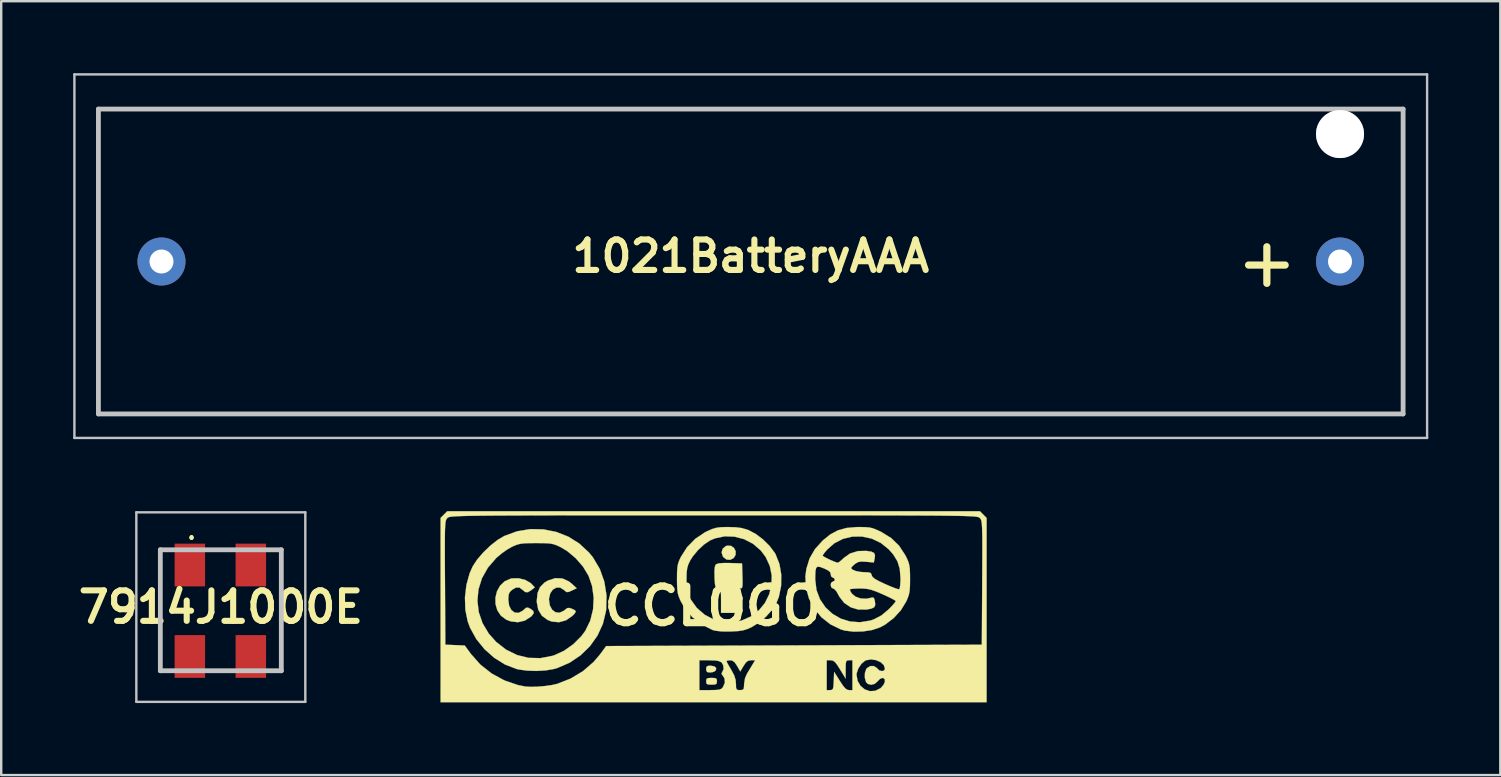
<source format=kicad_pcb>
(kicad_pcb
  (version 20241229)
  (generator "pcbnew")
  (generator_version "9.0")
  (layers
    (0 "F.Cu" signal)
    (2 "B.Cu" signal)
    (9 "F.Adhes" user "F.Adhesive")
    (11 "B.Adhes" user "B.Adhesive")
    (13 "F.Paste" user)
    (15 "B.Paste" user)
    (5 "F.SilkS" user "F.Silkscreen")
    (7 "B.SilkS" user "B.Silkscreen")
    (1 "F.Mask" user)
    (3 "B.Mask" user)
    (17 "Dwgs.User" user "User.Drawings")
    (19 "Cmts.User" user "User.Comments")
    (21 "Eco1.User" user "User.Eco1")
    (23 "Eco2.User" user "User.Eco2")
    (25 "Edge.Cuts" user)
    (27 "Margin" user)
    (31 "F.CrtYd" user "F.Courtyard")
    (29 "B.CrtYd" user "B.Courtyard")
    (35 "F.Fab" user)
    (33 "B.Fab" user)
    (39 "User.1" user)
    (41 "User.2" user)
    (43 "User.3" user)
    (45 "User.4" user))
  (footprint "CCLOGO"
    (layer "F.Cu")
    (at 26.651 22.201)
    (property "Reference" "CCLOGO" (at 0 0 0) (layer "F.SilkS") (effects (font (size 1.524 1.524) (thickness 0.3))))
    (attr through_hole)
    (fp_poly (pts (xy 0.061 2.511) (xy 0.137 2.581) (xy 0.121 2.674) (xy 0.097 2.702) (xy -0.003 2.75) (xy -0.124 2.766) (xy -0.24 2.748) (xy -0.28 2.674) (xy -0.282 2.625) (xy -0.267 2.528) (xy -0.198 2.489) (xy -0.091 2.484) (xy 0.061 2.511)) (stroke (width 0.01) (type solid)) (fill yes) (layer "F.SilkS"))
    (fp_poly (pts (xy 0.754 -2.51) (xy 0.878 -2.424) (xy 0.948 -2.288) (xy 0.946 -2.135) (xy 0.871 -2.008) (xy 0.721 -1.926) (xy 0.56 -1.942) (xy 0.425 -2.051) (xy 0.417 -2.063) (xy 0.362 -2.232) (xy 0.405 -2.387) (xy 0.534 -2.497) (xy 0.593 -2.517) (xy 0.754 -2.51)) (stroke (width 0.01) (type solid)) (fill yes) (layer "F.SilkS"))
    (fp_poly (pts (xy 0.089 2.999) (xy 0.154 3.036) (xy 0.169 3.12) (xy 0.169 3.133) (xy 0.157 3.224) (xy 0.099 3.264) (xy -0.037 3.274) (xy -0.056 3.274) (xy -0.202 3.266) (xy -0.267 3.23) (xy -0.282 3.145) (xy -0.282 3.133) (xy -0.27 3.042) (xy -0.212 3.001) (xy -0.076 2.992) (xy -0.056 2.992) (xy 0.089 2.999)) (stroke (width 0.01) (type solid)) (fill yes) (layer "F.SilkS"))
    (fp_poly (pts (xy 0.714 -1.794) (xy 1.214 -1.778) (xy 1.23 -1.256) (xy 1.236 -1.011) (xy 1.233 -0.858) (xy 1.217 -0.775) (xy 1.183 -0.74) (xy 1.131 -0.734) (xy 1.076 -0.726) (xy 1.042 -0.687) (xy 1.024 -0.597) (xy 1.017 -0.433) (xy 1.016 -0.226) (xy 1.016 0.282) (xy 0.339 0.282) (xy 0.339 -0.222) (xy 0.337 -0.462) (xy 0.328 -0.612) (xy 0.307 -0.694) (xy 0.268 -0.731) (xy 0.212 -0.744) (xy 0.148 -0.761) (xy 0.109 -0.807) (xy 0.087 -0.905) (xy 0.074 -1.078) (xy 0.068 -1.219) (xy 0.065 -1.471) (xy 0.08 -1.632) (xy 0.114 -1.722) (xy 0.133 -1.743) (xy 0.244 -1.78) (xy 0.461 -1.797) (xy 0.714 -1.794)) (stroke (width 0.01) (type solid)) (fill yes) (layer "F.SilkS"))
    (fp_poly (pts (xy -6.273 -1.152) (xy -6.001 -1.028) (xy -5.88 -0.932) (xy -5.675 -0.744) (xy -5.878 -0.647) (xy -6.013 -0.589) (xy -6.094 -0.584) (xy -6.168 -0.637) (xy -6.202 -0.67) (xy -6.362 -0.769) (xy -6.524 -0.77) (xy -6.669 -0.686) (xy -6.777 -0.53) (xy -6.828 -0.314) (xy -6.83 -0.264) (xy -6.793 -0.023) (xy -6.695 0.155) (xy -6.554 0.258) (xy -6.387 0.276) (xy -6.213 0.196) (xy -6.172 0.162) (xy -6.069 0.083) (xy -5.972 0.077) (xy -5.872 0.112) (xy -5.747 0.173) (xy -5.713 0.234) (xy -5.768 0.321) (xy -5.856 0.409) (xy -6.121 0.592) (xy -6.412 0.672) (xy -6.712 0.645) (xy -6.885 0.578) (xy -7.125 0.401) (xy -7.276 0.154) (xy -7.336 -0.16) (xy -7.338 -0.22) (xy -7.305 -0.545) (xy -7.201 -0.792) (xy -7.017 -0.978) (xy -6.871 -1.065) (xy -6.565 -1.164) (xy -6.273 -1.152)) (stroke (width 0.01) (type solid)) (fill yes) (layer "F.SilkS"))
    (fp_poly (pts (xy -7.821 -1.091) (xy -7.599 -0.963) (xy -7.551 -0.918) (xy -7.422 -0.781) (xy -7.556 -0.673) (xy -7.701 -0.581) (xy -7.817 -0.584) (xy -7.93 -0.677) (xy -8.067 -0.775) (xy -8.216 -0.768) (xy -8.374 -0.673) (xy -8.465 -0.584) (xy -8.509 -0.476) (xy -8.523 -0.306) (xy -8.523 -0.261) (xy -8.489 -0.013) (xy -8.395 0.167) (xy -8.26 0.269) (xy -8.099 0.282) (xy -7.928 0.196) (xy -7.883 0.155) (xy -7.785 0.071) (xy -7.703 0.064) (xy -7.603 0.112) (xy -7.482 0.203) (xy -7.464 0.295) (xy -7.55 0.411) (xy -7.578 0.438) (xy -7.834 0.605) (xy -8.125 0.672) (xy -8.433 0.634) (xy -8.61 0.565) (xy -8.834 0.398) (xy -8.982 0.175) (xy -9.056 -0.083) (xy -9.06 -0.354) (xy -8.995 -0.618) (xy -8.865 -0.852) (xy -8.673 -1.034) (xy -8.423 -1.144) (xy -8.372 -1.154) (xy -8.093 -1.159) (xy -7.821 -1.091)) (stroke (width 0.01) (type solid)) (fill yes) (layer "F.SilkS"))
    (fp_poly (pts (xy -7.062 -3.197) (xy -6.529 -3.091) (xy -6.024 -2.893) (xy -5.563 -2.604) (xy -5.16 -2.229) (xy -4.996 -2.026) (xy -4.712 -1.547) (xy -4.523 -1.017) (xy -4.433 -0.452) (xy -4.446 0.132) (xy -4.456 0.212) (xy -4.583 0.738) (xy -4.809 1.229) (xy -5.122 1.67) (xy -5.512 2.05) (xy -5.966 2.357) (xy -6.473 2.576) (xy -6.635 2.623) (xy -6.968 2.68) (xy -7.357 2.702) (xy -7.751 2.688) (xy -8.1 2.639) (xy -8.179 2.62) (xy -8.66 2.435) (xy -9.111 2.154) (xy -9.515 1.796) (xy -9.856 1.375) (xy -10.114 0.91) (xy -10.217 0.633) (xy -10.314 0.155) (xy -10.326 -0.223) (xy -9.811 -0.223) (xy -9.755 0.252) (xy -9.597 0.712) (xy -9.338 1.146) (xy -9.034 1.489) (xy -8.616 1.815) (xy -8.161 2.039) (xy -7.678 2.157) (xy -7.179 2.168) (xy -6.673 2.069) (xy -6.608 2.048) (xy -6.198 1.859) (xy -5.81 1.583) (xy -5.476 1.248) (xy -5.314 1.027) (xy -5.109 0.605) (xy -4.993 0.136) (xy -4.967 -0.352) (xy -5.033 -0.834) (xy -5.18 -1.26) (xy -5.408 -1.64) (xy -5.715 -1.994) (xy -6.069 -2.292) (xy -6.35 -2.459) (xy -6.503 -2.53) (xy -6.635 -2.577) (xy -6.776 -2.606) (xy -6.956 -2.62) (xy -7.205 -2.624) (xy -7.366 -2.625) (xy -7.664 -2.623) (xy -7.878 -2.613) (xy -8.039 -2.592) (xy -8.176 -2.554) (xy -8.319 -2.495) (xy -8.37 -2.472) (xy -8.578 -2.353) (xy -8.812 -2.186) (xy -9.023 -2.007) (xy -9.026 -2.004) (xy -9.374 -1.601) (xy -9.621 -1.162) (xy -9.767 -0.698) (xy -9.811 -0.223) (xy -10.326 -0.223) (xy -10.33 -0.361) (xy -10.269 -0.881) (xy -10.134 -1.37) (xy -10.004 -1.661) (xy -9.818 -1.943) (xy -9.562 -2.24) (xy -9.266 -2.523) (xy -8.962 -2.762) (xy -8.692 -2.921) (xy -8.158 -3.116) (xy -7.61 -3.207) (xy -7.062 -3.197)) (stroke (width 0.01) (type solid)) (fill yes) (layer "F.SilkS"))
    (fp_poly (pts (xy 0.956 -3.283) (xy 1.199 -3.251) (xy 1.418 -3.189) (xy 1.484 -3.165) (xy 1.783 -3.007) (xy 2.088 -2.776) (xy 2.366 -2.501) (xy 2.58 -2.214) (xy 2.611 -2.16) (xy 2.772 -1.755) (xy 2.849 -1.305) (xy 2.841 -0.839) (xy 2.749 -0.39) (xy 2.643 -0.12) (xy 2.463 0.163) (xy 2.207 0.445) (xy 1.907 0.696) (xy 1.611 0.877) (xy 1.426 0.959) (xy 1.256 1.011) (xy 1.061 1.04) (xy 0.802 1.055) (xy 0.736 1.058) (xy 0.369 1.056) (xy 0.099 1.026) (xy -0.009 0.997) (xy -0.463 0.771) (xy -0.858 0.46) (xy -1.178 0.08) (xy -1.346 -0.216) (xy -1.415 -0.378) (xy -1.46 -0.526) (xy -1.484 -0.695) (xy -1.494 -0.918) (xy -1.496 -1.101) (xy -1.1 -1.101) (xy -1.097 -0.844) (xy -1.08 -0.663) (xy -1.043 -0.519) (xy -0.978 -0.373) (xy -0.933 -0.29) (xy -0.671 0.075) (xy -0.342 0.361) (xy 0.037 0.558) (xy 0.45 0.662) (xy 0.882 0.665) (xy 1.2 0.6) (xy 1.591 0.428) (xy 1.915 0.179) (xy 2.168 -0.132) (xy 2.344 -0.489) (xy 2.44 -0.874) (xy 2.451 -1.273) (xy 2.372 -1.668) (xy 2.199 -2.045) (xy 2.001 -2.31) (xy 1.678 -2.591) (xy 1.304 -2.787) (xy 0.9 -2.893) (xy 0.487 -2.907) (xy 0.086 -2.822) (xy -0.118 -2.735) (xy -0.367 -2.568) (xy -0.619 -2.334) (xy -0.838 -2.072) (xy -0.95 -1.893) (xy -1.025 -1.735) (xy -1.07 -1.586) (xy -1.093 -1.409) (xy -1.1 -1.165) (xy -1.1 -1.101) (xy -1.496 -1.101) (xy -1.496 -1.129) (xy -1.493 -1.407) (xy -1.48 -1.607) (xy -1.452 -1.761) (xy -1.403 -1.903) (xy -1.336 -2.047) (xy -1.077 -2.452) (xy -0.735 -2.802) (xy -0.334 -3.072) (xy -0.245 -3.117) (xy -0.045 -3.205) (xy 0.123 -3.257) (xy 0.301 -3.284) (xy 0.533 -3.293) (xy 0.645 -3.293) (xy 0.956 -3.283)) (stroke (width 0.01) (type solid)) (fill yes) (layer "F.SilkS"))
    (fp_poly (pts (xy 6.336 -3.29) (xy 6.523 -3.274) (xy 6.682 -3.235) (xy 6.855 -3.165) (xy 7.021 -3.085) (xy 7.428 -2.834) (xy 7.754 -2.519) (xy 8.015 -2.12) (xy 8.057 -2.039) (xy 8.129 -1.881) (xy 8.174 -1.74) (xy 8.2 -1.581) (xy 8.211 -1.37) (xy 8.213 -1.129) (xy 8.21 -0.848) (xy 8.196 -0.646) (xy 8.167 -0.485) (xy 8.115 -0.332) (xy 8.05 -0.185) (xy 7.832 0.172) (xy 7.531 0.5) (xy 7.178 0.77) (xy 6.957 0.889) (xy 6.632 0.997) (xy 6.253 1.056) (xy 5.862 1.065) (xy 5.503 1.021) (xy 5.334 0.974) (xy 4.895 0.76) (xy 4.521 0.465) (xy 4.222 0.104) (xy 4.005 -0.31) (xy 3.88 -0.761) (xy 3.86 -1.101) (xy 4.263 -1.101) (xy 4.315 -0.671) (xy 4.461 -0.285) (xy 4.687 0.049) (xy 4.98 0.321) (xy 5.326 0.522) (xy 5.713 0.642) (xy 6.125 0.673) (xy 6.549 0.605) (xy 6.699 0.556) (xy 7.021 0.389) (xy 7.322 0.136) (xy 7.466 -0.013) (xy 7.571 -0.134) (xy 7.618 -0.204) (xy 7.619 -0.208) (xy 7.57 -0.248) (xy 7.438 -0.321) (xy 7.245 -0.414) (xy 7.068 -0.494) (xy 6.802 -0.607) (xy 6.599 -0.678) (xy 6.426 -0.717) (xy 6.245 -0.732) (xy 6.11 -0.734) (xy 5.912 -0.728) (xy 5.766 -0.714) (xy 5.702 -0.693) (xy 5.701 -0.69) (xy 5.73 -0.615) (xy 5.788 -0.522) (xy 5.938 -0.395) (xy 6.153 -0.319) (xy 6.392 -0.307) (xy 6.507 -0.328) (xy 6.642 -0.36) (xy 6.707 -0.339) (xy 6.74 -0.245) (xy 6.751 -0.186) (xy 6.763 -0.043) (xy 6.719 0.049) (xy 6.6 0.106) (xy 6.402 0.144) (xy 6.059 0.145) (xy 5.741 0.05) (xy 5.471 -0.132) (xy 5.271 -0.388) (xy 5.242 -0.444) (xy 5.137 -0.629) (xy 5.042 -0.723) (xy 5.009 -0.731) (xy 4.937 -0.775) (xy 4.908 -0.87) (xy 4.924 -0.967) (xy 4.987 -1.016) (xy 4.995 -1.016) (xy 5.07 -1.061) (xy 5.08 -1.101) (xy 5.035 -1.175) (xy 4.995 -1.185) (xy 4.927 -1.234) (xy 4.911 -1.319) (xy 4.889 -1.409) (xy 4.807 -1.483) (xy 4.643 -1.564) (xy 4.626 -1.571) (xy 4.468 -1.63) (xy 4.364 -1.643) (xy 4.302 -1.593) (xy 4.273 -1.466) (xy 4.263 -1.249) (xy 4.263 -1.101) (xy 3.86 -1.101) (xy 3.853 -1.234) (xy 3.894 -1.553) (xy 4.029 -1.987) (xy 4.095 -2.102) (xy 4.573 -2.102) (xy 4.62 -2.062) (xy 4.738 -1.997) (xy 4.892 -1.923) (xy 5.046 -1.857) (xy 5.167 -1.814) (xy 5.209 -1.806) (xy 5.271 -1.843) (xy 5.381 -1.936) (xy 5.448 -2.001) (xy 5.717 -2.192) (xy 6.045 -2.292) (xy 6.395 -2.3) (xy 6.603 -2.268) (xy 6.716 -2.212) (xy 6.753 -2.114) (xy 6.74 -1.992) (xy 6.705 -1.818) (xy 6.386 -1.846) (xy 6.186 -1.856) (xy 6.052 -1.835) (xy 5.941 -1.773) (xy 5.913 -1.752) (xy 5.809 -1.658) (xy 5.758 -1.591) (xy 5.757 -1.585) (xy 5.809 -1.522) (xy 5.942 -1.465) (xy 6.128 -1.425) (xy 6.321 -1.411) (xy 6.489 -1.405) (xy 6.575 -1.377) (xy 6.609 -1.314) (xy 6.614 -1.287) (xy 6.647 -1.217) (xy 6.736 -1.141) (xy 6.897 -1.049) (xy 7.147 -0.931) (xy 7.168 -0.921) (xy 7.396 -0.822) (xy 7.587 -0.747) (xy 7.718 -0.704) (xy 7.761 -0.698) (xy 7.788 -0.759) (xy 7.807 -0.907) (xy 7.816 -1.112) (xy 7.816 -1.162) (xy 7.786 -1.545) (xy 7.69 -1.863) (xy 7.513 -2.152) (xy 7.324 -2.367) (xy 6.991 -2.634) (xy 6.616 -2.811) (xy 6.216 -2.898) (xy 5.812 -2.895) (xy 5.421 -2.802) (xy 5.062 -2.619) (xy 4.775 -2.369) (xy 4.661 -2.236) (xy 4.588 -2.136) (xy 4.573 -2.102) (xy 4.095 -2.102) (xy 4.252 -2.373) (xy 4.575 -2.731) (xy 4.581 -2.737) (xy 4.895 -2.989) (xy 5.213 -3.158) (xy 5.567 -3.255) (xy 5.986 -3.292) (xy 6.079 -3.293) (xy 6.336 -3.29)) (stroke (width 0.01) (type solid)) (fill yes) (layer "F.SilkS"))
    (fp_poly (pts (xy 11.263 -3.813) (xy 11.402 -3.674) (xy 11.402 4.008) (xy -11.345 4.008) (xy -11.345 -2.271) (xy -11.168 -2.271) (xy -11.167 -1.808) (xy -11.164 -1.247) (xy -11.162 -0.973) (xy -11.148 1.609) (xy -10.743 1.625) (xy -10.339 1.642) (xy -10.074 2.003) (xy -9.685 2.44) (xy -9.217 2.808) (xy -8.69 3.095) (xy -8.122 3.29) (xy -7.818 3.351) (xy -7.594 3.365) (xy -7.304 3.357) (xy -6.99 3.33) (xy -6.696 3.287) (xy -6.485 3.239) (xy -5.924 3.018) (xy -5.412 2.71) (xy -4.969 2.326) (xy -4.911 2.258) (xy -0.564 2.258) (xy -0.564 3.5) (xy -0.116 3.5) (xy 0.114 3.496) (xy 0.259 3.482) (xy 0.347 3.45) (xy 0.406 3.393) (xy 0.42 3.374) (xy 0.499 3.187) (xy 0.482 3.008) (xy 0.416 2.907) (xy 0.357 2.818) (xy 0.387 2.751) (xy 0.446 2.623) (xy 0.432 2.466) (xy 0.363 2.346) (xy 0.271 2.295) (xy 0.259 2.293) (xy 0.564 2.293) (xy 0.592 2.355) (xy 0.663 2.485) (xy 0.762 2.653) (xy 0.886 2.884) (xy 0.946 3.077) (xy 0.96 3.239) (xy 0.964 3.398) (xy 0.991 3.474) (xy 1.06 3.498) (xy 1.129 3.5) (xy 1.235 3.491) (xy 1.284 3.446) (xy 1.298 3.332) (xy 1.298 3.26) (xy 1.337 3.01) (xy 1.417 2.822) (xy 1.528 2.638) (xy 1.639 2.455) (xy 1.647 2.441) (xy 1.759 2.258) (xy 4.741 2.258) (xy 4.741 3.5) (xy 4.88 3.5) (xy 4.954 3.492) (xy 4.997 3.454) (xy 5.02 3.359) (xy 5.032 3.184) (xy 5.035 3.12) (xy 5.052 2.74) (xy 5.29 3.12) (xy 5.422 3.319) (xy 5.521 3.436) (xy 5.607 3.49) (xy 5.671 3.5) (xy 5.814 3.5) (xy 5.814 2.865) (xy 5.983 2.865) (xy 6.029 3.12) (xy 6.151 3.326) (xy 6.328 3.471) (xy 6.539 3.543) (xy 6.763 3.531) (xy 6.977 3.424) (xy 6.995 3.41) (xy 7.111 3.279) (xy 7.167 3.148) (xy 7.159 3.044) (xy 7.083 2.993) (xy 7.062 2.992) (xy 6.956 3.036) (xy 6.863 3.133) (xy 6.742 3.24) (xy 6.592 3.277) (xy 6.453 3.241) (xy 6.38 3.165) (xy 6.329 2.985) (xy 6.333 2.785) (xy 6.391 2.619) (xy 6.415 2.587) (xy 6.554 2.5) (xy 6.706 2.497) (xy 6.829 2.577) (xy 6.843 2.596) (xy 6.936 2.682) (xy 7.048 2.709) (xy 7.138 2.679) (xy 7.168 2.606) (xy 7.118 2.456) (xy 6.985 2.334) (xy 6.799 2.252) (xy 6.591 2.221) (xy 6.39 2.255) (xy 6.338 2.278) (xy 6.185 2.407) (xy 6.058 2.598) (xy 5.988 2.802) (xy 5.983 2.865) (xy 5.814 2.865) (xy 5.814 2.258) (xy 5.673 2.258) (xy 5.598 2.264) (xy 5.556 2.299) (xy 5.537 2.388) (xy 5.531 2.556) (xy 5.531 2.639) (xy 5.531 3.02) (xy 5.298 2.639) (xy 5.174 2.443) (xy 5.081 2.328) (xy 5 2.273) (xy 4.91 2.258) (xy 4.904 2.258) (xy 4.741 2.258) (xy 1.759 2.258) (xy 1.588 2.258) (xy 1.468 2.277) (xy 1.373 2.352) (xy 1.279 2.49) (xy 1.14 2.723) (xy 1.007 2.491) (xy 0.905 2.34) (xy 0.807 2.271) (xy 0.72 2.258) (xy 0.607 2.269) (xy 0.564 2.293) (xy 0.259 2.293) (xy 0.109 2.266) (xy -0.143 2.258) (xy -0.145 2.258) (xy -0.564 2.258) (xy -4.911 2.258) (xy -4.705 2.015) (xy -4.447 1.665) (xy 3.378 1.637) (xy 11.204 1.609) (xy 11.219 -0.973) (xy 11.222 -1.58) (xy 11.224 -2.084) (xy 11.225 -2.496) (xy 11.224 -2.824) (xy 11.22 -3.08) (xy 11.214 -3.274) (xy 11.205 -3.415) (xy 11.193 -3.514) (xy 11.177 -3.58) (xy 11.157 -3.624) (xy 11.132 -3.656) (xy 11.12 -3.668) (xy 11.106 -3.682) (xy 11.087 -3.694) (xy 11.059 -3.706) (xy 11.018 -3.716) (xy 10.958 -3.725) (xy 10.876 -3.734) (xy 10.766 -3.741) (xy 10.623 -3.748) (xy 10.443 -3.754) (xy 10.221 -3.759) (xy 9.952 -3.763) (xy 9.633 -3.767) (xy 9.257 -3.771) (xy 8.82 -3.773) (xy 8.317 -3.776) (xy 7.745 -3.777) (xy 7.097 -3.779) (xy 6.37 -3.78) (xy 5.558 -3.781) (xy 4.658 -3.781) (xy 3.663 -3.782) (xy 2.57 -3.782) (xy 1.373 -3.782) (xy 0.068 -3.782) (xy 0.028 -3.782) (xy -1.28 -3.782) (xy -2.479 -3.782) (xy -3.576 -3.782) (xy -4.573 -3.781) (xy -5.477 -3.781) (xy -6.291 -3.78) (xy -7.021 -3.779) (xy -7.67 -3.777) (xy -8.245 -3.776) (xy -8.749 -3.773) (xy -9.188 -3.771) (xy -9.566 -3.767) (xy -9.887 -3.764) (xy -10.157 -3.759) (xy -10.381 -3.754) (xy -10.562 -3.748) (xy -10.705 -3.741) (xy -10.817 -3.734) (xy -10.9 -3.725) (xy -10.96 -3.716) (xy -11.002 -3.706) (xy -11.03 -3.695) (xy -11.049 -3.682) (xy -11.063 -3.669) (xy -11.064 -3.668) (xy -11.09 -3.639) (xy -11.112 -3.601) (xy -11.13 -3.546) (xy -11.144 -3.462) (xy -11.154 -3.34) (xy -11.162 -3.17) (xy -11.166 -2.942) (xy -11.168 -2.646) (xy -11.168 -2.271) (xy -11.345 -2.271) (xy -11.345 -3.674) (xy -11.068 -3.951) (xy 11.125 -3.951) (xy 11.263 -3.813)) (stroke (width 0.01) (type solid)) (fill yes) (layer "F.SilkS")))
  (footprint "7914J1000E"
    (layer "F.Cu")
    (at 6.15 22.095)
    (property "Reference" "7914J1000E" (at 0 0.147 0) (layer "F.SilkS") (effects (font (size 1.27 1.27) (thickness 0.254))))
    (attr smd)
    (fp_line (start -2.52 -2.24) (end -2.52 2.8) (stroke (width 0.1) (type solid)) (layer "F.SilkS"))
    (fp_line (start -2.52 2.8) (end -2.22 2.8) (stroke (width 0.1) (type solid)) (layer "F.SilkS"))
    (fp_line (start -2.22 -2.24) (end -2.52 -2.24) (stroke (width 0.1) (type solid)) (layer "F.SilkS"))
    (fp_line (start -1.22 -2.8) (end -1.22 -2.8) (stroke (width 0.1) (type solid)) (layer "F.SilkS"))
    (fp_line (start -1.22 -2.7) (end -1.22 -2.7) (stroke (width 0.1) (type solid)) (layer "F.SilkS"))
    (fp_line (start 2.08 -2.24) (end 2.18 -2.24) (stroke (width 0.1) (type solid)) (layer "F.SilkS"))
    (fp_line (start 2.08 2.8) (end 2.52 2.8) (stroke (width 0.1) (type solid)) (layer "F.SilkS"))
    (fp_line (start 2.52 -2.24) (end 2.18 -2.24) (stroke (width 0.1) (type solid)) (layer "F.SilkS"))
    (fp_line (start 2.52 2.8) (end 2.52 -2.24) (stroke (width 0.1) (type solid)) (layer "F.SilkS"))
    (fp_arc (start -1.22 -2.8) (mid -1.17 -2.75) (end -1.22 -2.7) (stroke (width 0.1) (type solid)) (layer "F.SilkS"))
    (fp_arc (start -1.22 -2.7) (mid -1.27 -2.75) (end -1.22 -2.8) (stroke (width 0.1) (type solid)) (layer "F.SilkS"))
    (fp_line (start -3.52 -3.8) (end 3.52 -3.8) (stroke (width 0.1) (type solid)) (layer "Dwgs.User"))
    (fp_line (start -3.52 4.095) (end -3.52 -3.8) (stroke (width 0.1) (type solid)) (layer "Dwgs.User"))
    (fp_line (start -2.52 -2.24) (end 2.52 -2.24) (stroke (width 0.2) (type solid)) (layer "Dwgs.User"))
    (fp_line (start -2.52 2.8) (end -2.52 -2.24) (stroke (width 0.2) (type solid)) (layer "Dwgs.User"))
    (fp_line (start 2.52 -2.24) (end 2.52 2.8) (stroke (width 0.2) (type solid)) (layer "Dwgs.User"))
    (fp_line (start 2.52 2.8) (end -2.52 2.8) (stroke (width 0.2) (type solid)) (layer "Dwgs.User"))
    (fp_line (start 3.52 -3.8) (end 3.52 4.095) (stroke (width 0.1) (type solid)) (layer "Dwgs.User"))
    (fp_line (start 3.52 4.095) (end -3.52 4.095) (stroke (width 0.1) (type solid)) (layer "Dwgs.User"))
    (pad "1" smd rect (at -1.29 -1.605 90) (size 1.78 1.27) (layers "F.Cu" "F.Mask" "F.Paste"))
    (pad "1" smd rect (at -1.29 2.205 90) (size 1.78 1.27) (layers "F.Cu" "F.Mask" "F.Paste"))
    (pad "2" smd rect (at 1.25 -1.605 90) (size 1.78 1.27) (layers "F.Cu" "F.Mask" "F.Paste"))
    (pad "2" smd rect (at 1.25 2.205 90) (size 1.78 1.27) (layers "F.Cu" "F.Mask" "F.Paste")))
  (footprint "1021BatteryAAA"
    (layer "F.Cu")
    (at 52.778 7.845)
    (property "Reference" "1021BatteryAAA" (at -24.55 -0.223 0) (layer "F.SilkS") (effects (font (size 1.27 1.27) (thickness 0.254))))
    (attr through_hole)
    (fp_line (start -51.728 -6.35) (end -51.728 6.35) (stroke (width 0.1) (type solid)) (layer "F.SilkS"))
    (fp_line (start -51.728 6.35) (end 2.628 6.35) (stroke (width 0.1) (type solid)) (layer "F.SilkS"))
    (fp_line (start 2.628 -6.35) (end -46.55 -6.35) (stroke (width 0.1) (type solid)) (layer "F.SilkS"))
    (fp_line (start 2.628 6.35) (end 2.628 -6.35) (stroke (width 0.1) (type solid)) (layer "F.SilkS"))
    (fp_line (start -52.728 -7.795) (end 3.628 -7.795) (stroke (width 0.1) (type solid)) (layer "Dwgs.User"))
    (fp_line (start -52.728 7.35) (end -52.728 -7.795) (stroke (width 0.1) (type solid)) (layer "Dwgs.User"))
    (fp_line (start -51.728 -6.35) (end 2.628 -6.35) (stroke (width 0.2) (type solid)) (layer "Dwgs.User"))
    (fp_line (start -51.728 6.35) (end -51.728 -6.35) (stroke (width 0.2) (type solid)) (layer "Dwgs.User"))
    (fp_line (start 2.628 -6.35) (end 2.628 6.35) (stroke (width 0.2) (type solid)) (layer "Dwgs.User"))
    (fp_line (start 2.628 6.35) (end -51.728 6.35) (stroke (width 0.2) (type solid)) (layer "Dwgs.User"))
    (fp_line (start 3.628 -7.795) (end 3.628 7.35) (stroke (width 0.1) (type solid)) (layer "Dwgs.User"))
    (fp_line (start 3.628 7.35) (end -52.728 7.35) (stroke (width 0.1) (type solid)) (layer "Dwgs.User"))
    (fp_text user "+" (at -3.048 0 0) (layer "F.SilkS") (effects (font (size 2 2) (thickness 0.3))))
    (pad "1" thru_hole circle (at 0 0 90) (size 2 2) (drill 1) (layers "*.Cu" "*.Mask"))
    (pad "2" thru_hole circle (at -49.1 0 90) (size 2 2) (drill 1) (layers "*.Cu" "*.Mask"))
    (pad "3" thru_hole circle (at 0 -5.31 90) (size 2 2) (drill 2) (layers "*.Cu" "*.Mask")))
  (gr_rect
    (start -3 -3)
    (end 59.456 29.24)
    (stroke (width 0.1) (type default))
    (fill no)
    (layer "Edge.Cuts")))
</source>
